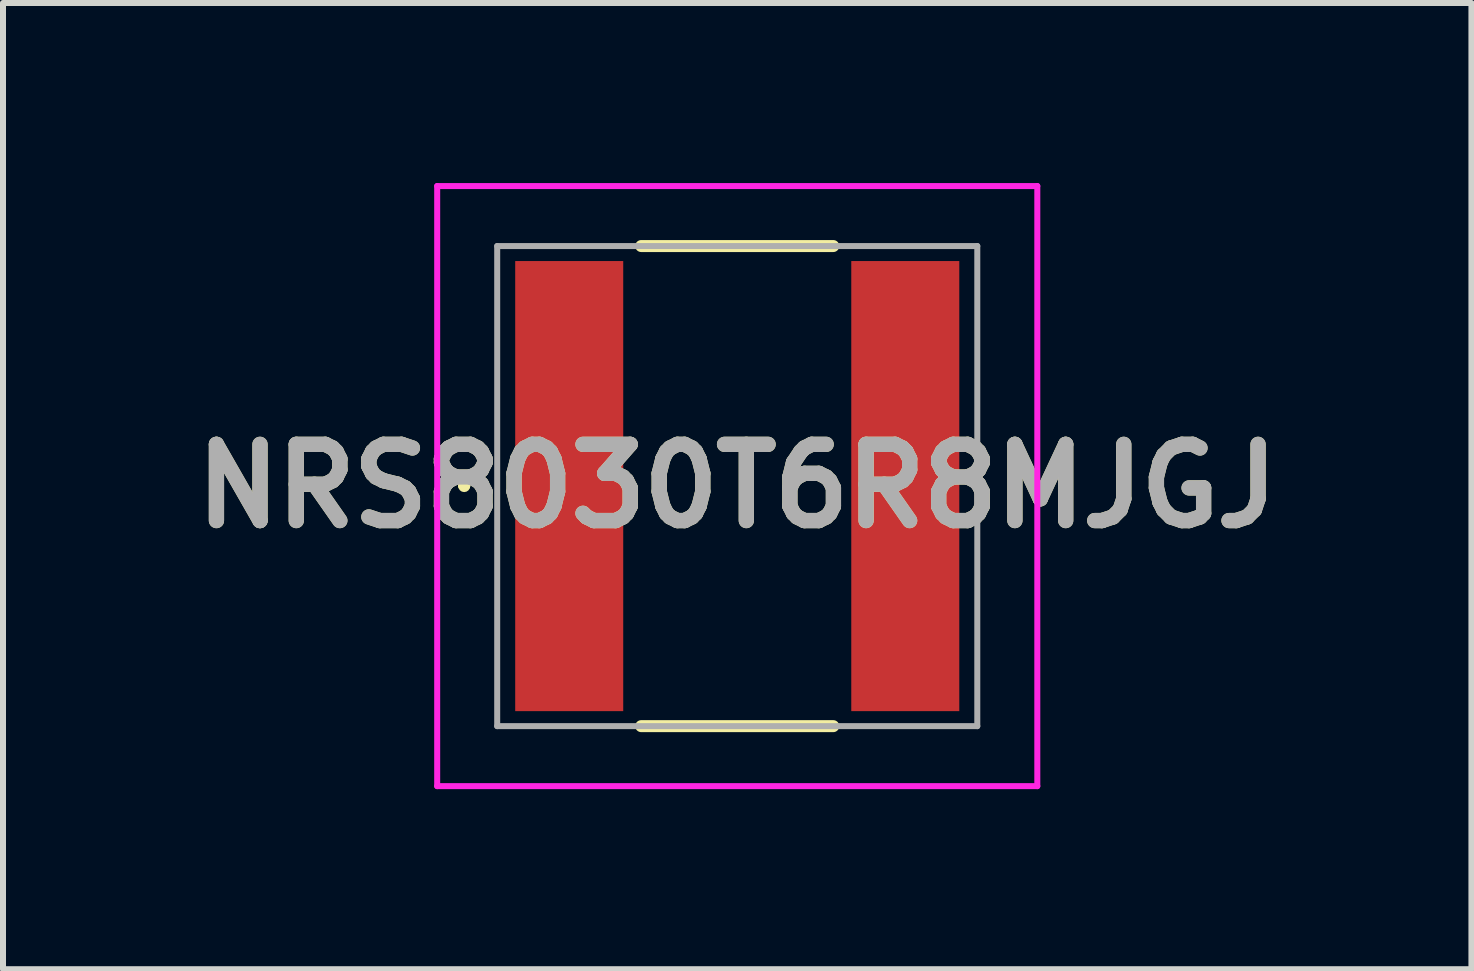
<source format=kicad_pcb>
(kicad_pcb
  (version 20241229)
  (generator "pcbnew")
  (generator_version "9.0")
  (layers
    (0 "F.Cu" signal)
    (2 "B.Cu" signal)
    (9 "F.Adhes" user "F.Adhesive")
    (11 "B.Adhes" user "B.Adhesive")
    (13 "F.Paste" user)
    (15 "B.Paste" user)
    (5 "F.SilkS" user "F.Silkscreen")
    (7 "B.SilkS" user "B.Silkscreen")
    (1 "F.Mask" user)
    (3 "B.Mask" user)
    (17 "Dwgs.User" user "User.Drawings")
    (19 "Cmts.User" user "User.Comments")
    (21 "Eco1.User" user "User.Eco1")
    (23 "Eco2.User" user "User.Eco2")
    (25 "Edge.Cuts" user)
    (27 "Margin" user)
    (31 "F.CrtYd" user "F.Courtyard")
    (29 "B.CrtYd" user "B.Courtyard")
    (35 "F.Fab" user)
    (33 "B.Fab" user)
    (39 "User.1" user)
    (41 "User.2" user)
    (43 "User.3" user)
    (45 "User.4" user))
  (footprint "NRS8030T6R8MJGJ"
    (layer "F.Cu")
    (at 9.235 5.05)
    (property "Reference" "NRS8030T6R8MJGJ" (at 0 0 0) (layer "F.SilkS") (effects (font (size 1.27 1.27) (thickness 0.254))))
    (attr smd)
    (fp_line (start -4.6 0) (end -4.6 0) (stroke (width 0.1) (type solid)) (layer "F.SilkS"))
    (fp_line (start -4.5 0) (end -4.5 0) (stroke (width 0.1) (type solid)) (layer "F.SilkS"))
    (fp_line (start -1.6 -4) (end 1.6 -4) (stroke (width 0.2) (type solid)) (layer "F.SilkS"))
    (fp_line (start -1.6 4) (end 1.6 4) (stroke (width 0.2) (type solid)) (layer "F.SilkS"))
    (fp_arc (start -4.6 0) (mid -4.55 -0.05) (end -4.5 0) (stroke (width 0.1) (type solid)) (layer "F.SilkS"))
    (fp_arc (start -4.5 0) (mid -4.55 0.05) (end -4.6 0) (stroke (width 0.1) (type solid)) (layer "F.SilkS"))
    (fp_line (start -5 -5) (end 5 -5) (stroke (width 0.1) (type solid)) (layer "F.CrtYd"))
    (fp_line (start -5 5) (end -5 -5) (stroke (width 0.1) (type solid)) (layer "F.CrtYd"))
    (fp_line (start 5 -5) (end 5 5) (stroke (width 0.1) (type solid)) (layer "F.CrtYd"))
    (fp_line (start 5 5) (end -5 5) (stroke (width 0.1) (type solid)) (layer "F.CrtYd"))
    (fp_line (start -4 -4) (end -4 4) (stroke (width 0.1) (type solid)) (layer "F.Fab"))
    (fp_line (start -4 4) (end 4 4) (stroke (width 0.1) (type solid)) (layer "F.Fab"))
    (fp_line (start 4 -4) (end -4 -4) (stroke (width 0.1) (type solid)) (layer "F.Fab"))
    (fp_line (start 4 4) (end 4 -4) (stroke (width 0.1) (type solid)) (layer "F.Fab"))
    (fp_text user "${REFERENCE}" (at 0 0 0) (layer "F.Fab") (effects (font (size 1.27 1.27) (thickness 0.254))))
    (pad "1" smd rect (at -2.8 0) (size 1.8 7.5) (layers "F.Cu" "F.Mask" "F.Paste"))
    (pad "2" smd rect (at 2.8 0) (size 1.8 7.5) (layers "F.Cu" "F.Mask" "F.Paste")))
  (gr_rect
    (start -3 -3)
    (end 21.469 13.1)
    (stroke (width 0.1) (type default))
    (fill no)
    (layer "Edge.Cuts")))
</source>
